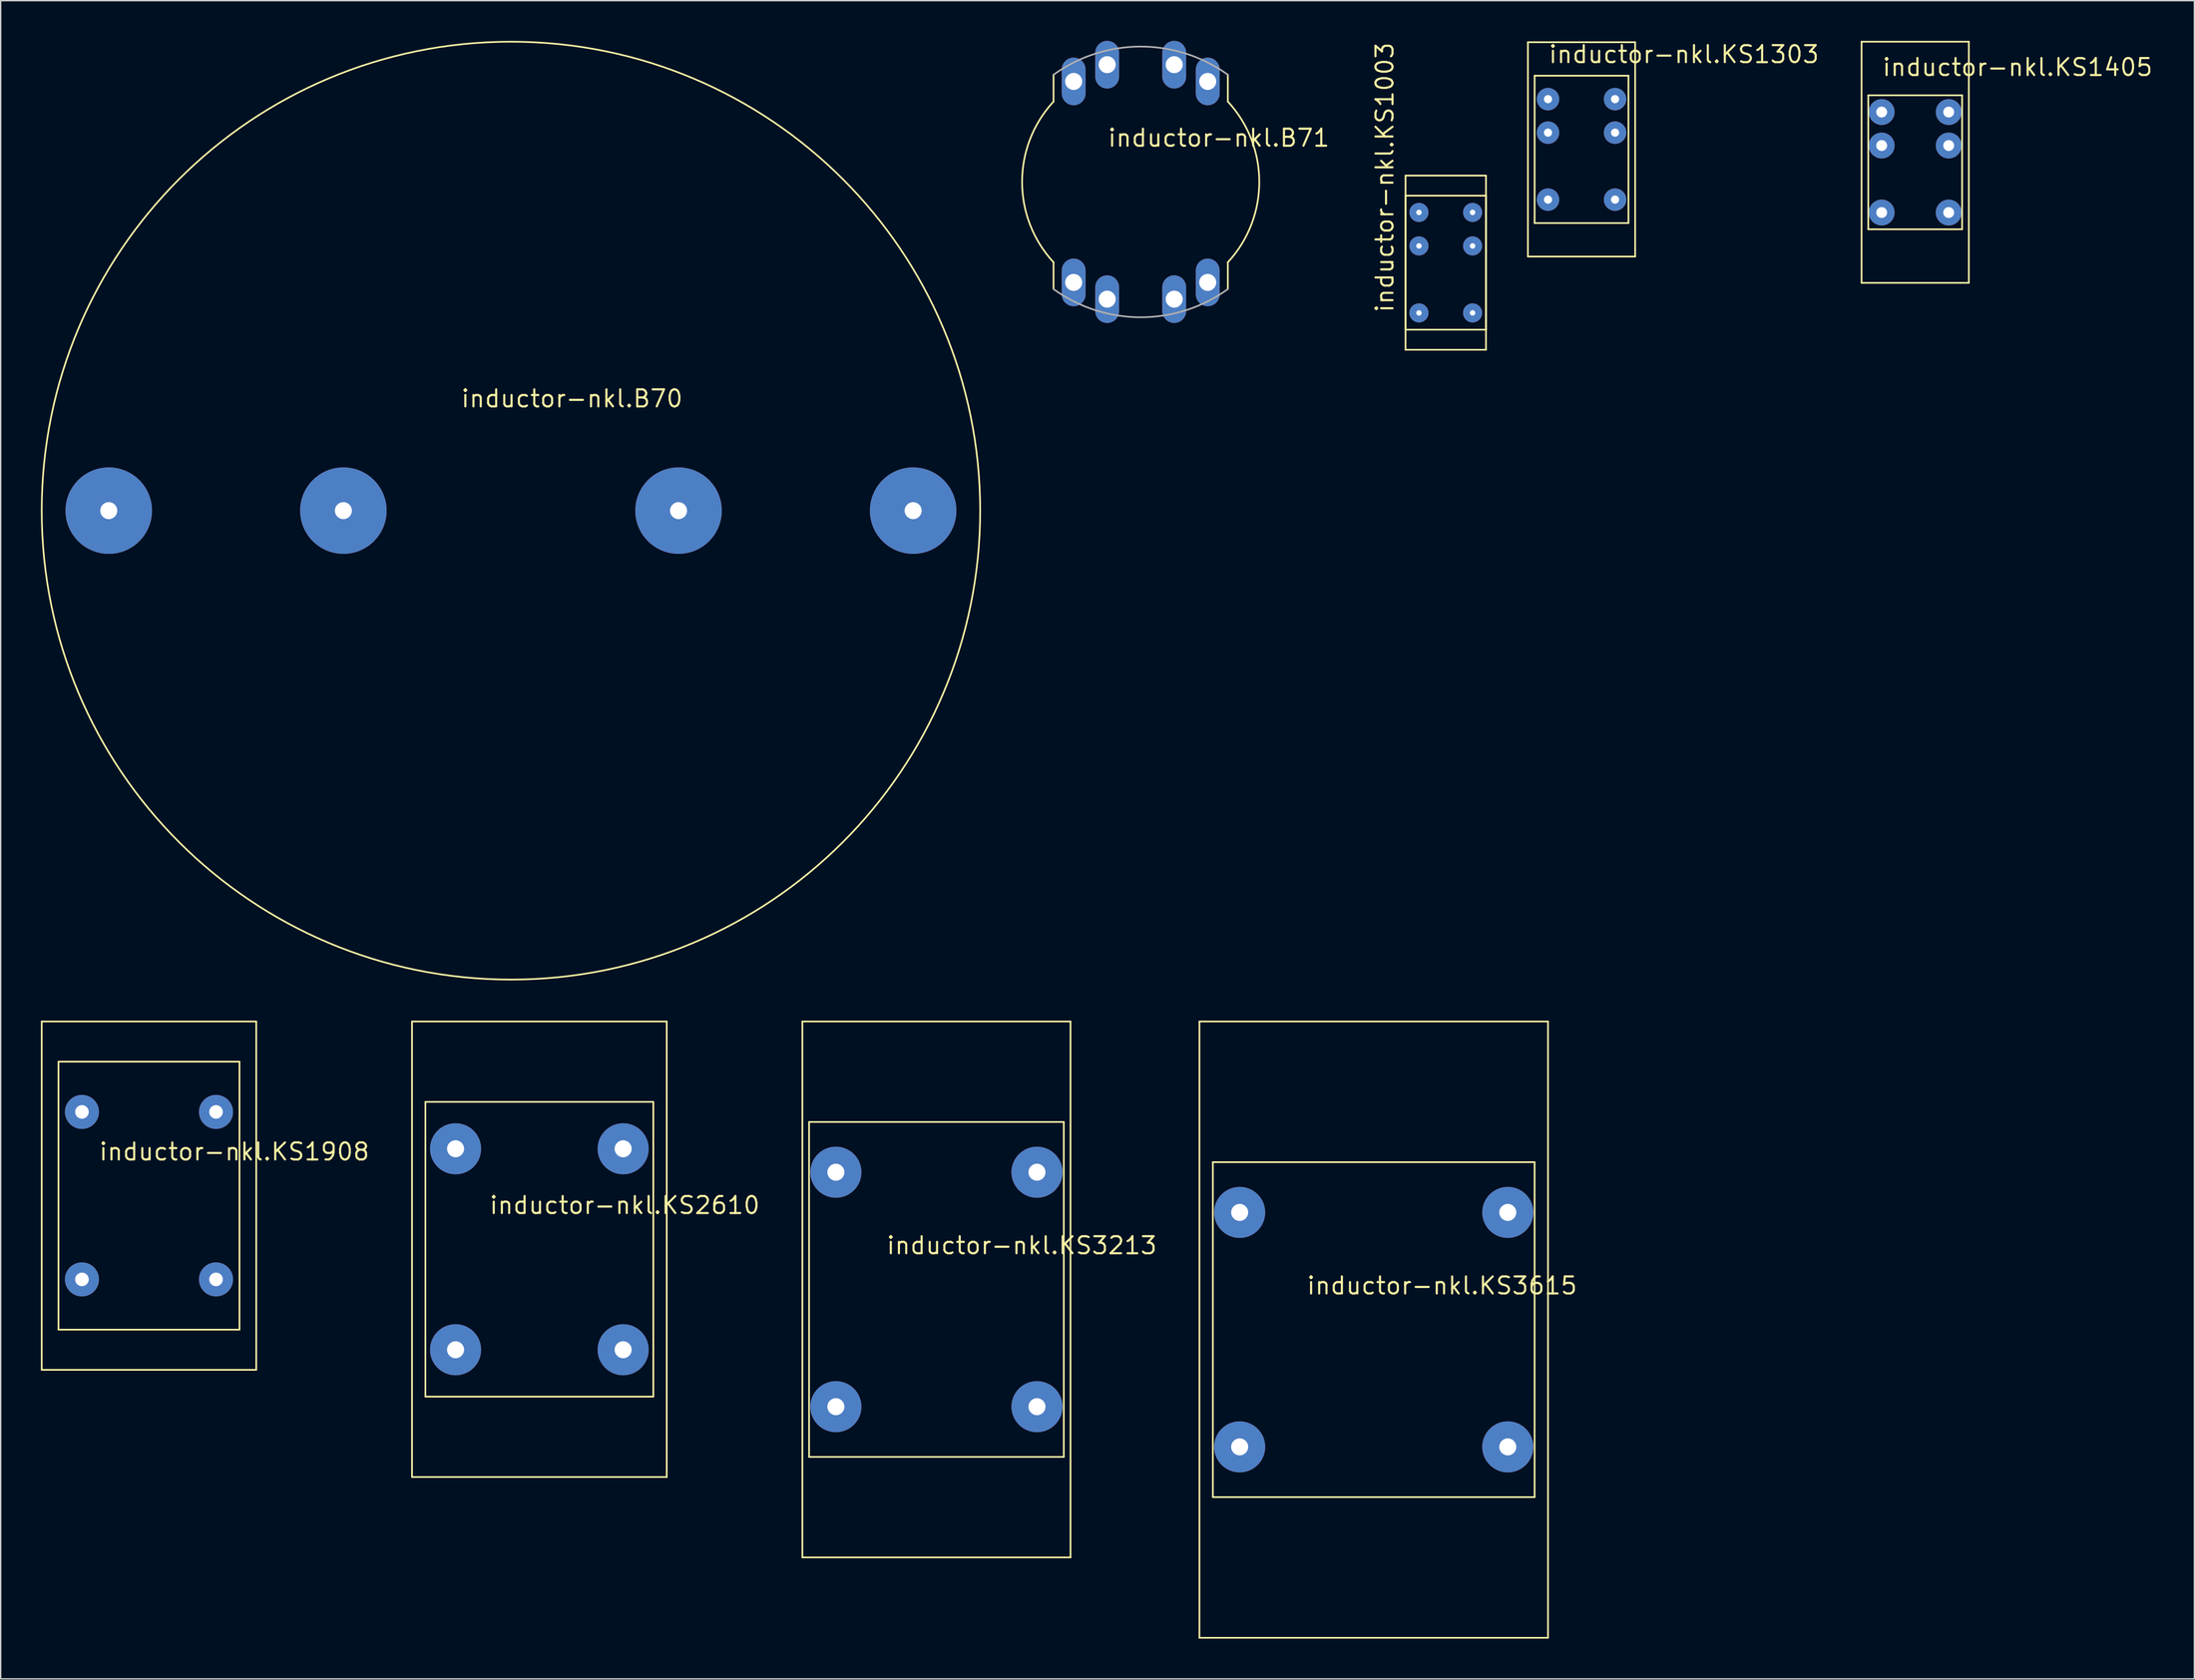
<source format=kicad_pcb>
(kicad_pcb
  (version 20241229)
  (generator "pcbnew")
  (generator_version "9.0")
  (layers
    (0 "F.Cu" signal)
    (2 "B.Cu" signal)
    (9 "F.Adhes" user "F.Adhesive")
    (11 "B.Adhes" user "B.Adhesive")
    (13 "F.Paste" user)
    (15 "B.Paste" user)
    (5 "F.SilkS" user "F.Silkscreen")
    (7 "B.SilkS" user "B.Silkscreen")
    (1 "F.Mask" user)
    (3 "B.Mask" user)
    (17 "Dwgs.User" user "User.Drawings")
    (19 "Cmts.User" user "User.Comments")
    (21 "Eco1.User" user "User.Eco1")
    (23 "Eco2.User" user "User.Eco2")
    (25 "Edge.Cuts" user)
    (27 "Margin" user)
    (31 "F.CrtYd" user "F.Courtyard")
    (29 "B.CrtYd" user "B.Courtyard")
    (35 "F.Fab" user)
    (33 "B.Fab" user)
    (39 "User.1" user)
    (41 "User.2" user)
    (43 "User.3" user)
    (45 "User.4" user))
  (footprint "inductor-nkl.B70"
    (layer "F.Cu")
    (at 35.063 35.063)
    (property "Reference" "inductor-nkl.B70" (at -3.81 -7.62 0) (layer "F.SilkS") (effects (font (size 1.27 1.27) (thickness 0.16)) (justify left bottom)))
    (attr through_hole)
    (fp_circle (center 0 0) (end 35 0) (stroke (width 0.127) (type default)) (fill no) (layer "F.SilkS"))
    (pad "1" thru_hole circle (at -12.5 0) (size 6.452 6.452) (drill 1.27) (layers "*.Cu" "*.Mask"))
    (pad "2" thru_hole circle (at -30 0) (size 6.452 6.452) (drill 1.27) (layers "*.Cu" "*.Mask"))
    (pad "3" thru_hole circle (at 12.5 0) (size 6.452 6.452) (drill 1.27) (layers "*.Cu" "*.Mask"))
    (pad "4" thru_hole circle (at 30 0) (size 6.452 6.452) (drill 1.27) (layers "*.Cu" "*.Mask")))
  (footprint "inductor-nkl.KS1908"
    (layer "F.Cu")
    (at 8.063 86.191)
    (property "Reference" "inductor-nkl.KS1908" (at -3.81 -2.54 0) (layer "F.SilkS") (effects (font (size 1.27 1.27) (thickness 0.16)) (justify left bottom)))
    (attr through_hole)
    (fp_line (start -8 -13) (end 8 -13) (stroke (width 0.127) (type default)) (layer "F.SilkS"))
    (fp_line (start -8 13) (end -8 -13) (stroke (width 0.127) (type default)) (layer "F.SilkS"))
    (fp_line (start -6.75 -10) (end 6.75 -10) (stroke (width 0.127) (type default)) (layer "F.SilkS"))
    (fp_line (start -6.75 10) (end -6.75 -10) (stroke (width 0.127) (type default)) (layer "F.SilkS"))
    (fp_line (start 6.75 -10) (end 6.75 10) (stroke (width 0.127) (type default)) (layer "F.SilkS"))
    (fp_line (start 6.75 10) (end -6.75 10) (stroke (width 0.127) (type default)) (layer "F.SilkS"))
    (fp_line (start 8 -13) (end 8 13) (stroke (width 0.127) (type default)) (layer "F.SilkS"))
    (fp_line (start 8 13) (end -8 13) (stroke (width 0.127) (type default)) (layer "F.SilkS"))
    (pad "1" thru_hole circle (at -5 6.25) (size 2.54 2.54) (drill 1.016) (layers "*.Cu" "*.Mask"))
    (pad "2" thru_hole circle (at 5 6.25) (size 2.54 2.54) (drill 1.016) (layers "*.Cu" "*.Mask"))
    (pad "3" thru_hole circle (at -5 -6.25) (size 2.54 2.54) (drill 1.016) (layers "*.Cu" "*.Mask"))
    (pad "4" thru_hole circle (at 5 -6.25) (size 2.54 2.54) (drill 1.016) (layers "*.Cu" "*.Mask")))
  (footprint "inductor-nkl.KS3213"
    (layer "F.Cu")
    (at 66.8 93.191)
    (property "Reference" "inductor-nkl.KS3213" (at -3.81 -2.54 0) (layer "F.SilkS") (effects (font (size 1.27 1.27) (thickness 0.16)) (justify left bottom)))
    (attr through_hole)
    (fp_line (start -10 -20) (end 10 -20) (stroke (width 0.127) (type default)) (layer "F.SilkS"))
    (fp_line (start -10 20) (end -10 -20) (stroke (width 0.127) (type default)) (layer "F.SilkS"))
    (fp_line (start -9.5 -12.5) (end 9.5 -12.5) (stroke (width 0.127) (type default)) (layer "F.SilkS"))
    (fp_line (start -9.5 12.5) (end -9.5 -12.5) (stroke (width 0.127) (type default)) (layer "F.SilkS"))
    (fp_line (start 9.5 -12.5) (end 9.5 12.5) (stroke (width 0.127) (type default)) (layer "F.SilkS"))
    (fp_line (start 9.5 12.5) (end -9.5 12.5) (stroke (width 0.127) (type default)) (layer "F.SilkS"))
    (fp_line (start 10 -20) (end 10 20) (stroke (width 0.127) (type default)) (layer "F.SilkS"))
    (fp_line (start 10 20) (end -10 20) (stroke (width 0.127) (type default)) (layer "F.SilkS"))
    (pad "1" thru_hole circle (at -7.5 8.75) (size 3.81 3.81) (drill 1.27) (layers "*.Cu" "*.Mask"))
    (pad "2" thru_hole circle (at 7.5 8.75) (size 3.81 3.81) (drill 1.27) (layers "*.Cu" "*.Mask"))
    (pad "3" thru_hole circle (at -7.5 -8.75) (size 3.81 3.81) (drill 1.27) (layers "*.Cu" "*.Mask"))
    (pad "4" thru_hole circle (at 7.5 -8.75) (size 3.81 3.81) (drill 1.27) (layers "*.Cu" "*.Mask")))
  (footprint "inductor-nkl.KS1303"
    (layer "F.Cu")
    (at 114.919 8.1)
    (property "Reference" "inductor-nkl.KS1303" (at -2.54 -6.35 0) (layer "F.SilkS") (effects (font (size 1.27 1.27) (thickness 0.16)) (justify left bottom)))
    (attr through_hole)
    (fp_line (start -4 -8) (end -4 8) (stroke (width 0.127) (type default)) (layer "F.SilkS"))
    (fp_line (start -4 8) (end 4 8) (stroke (width 0.127) (type default)) (layer "F.SilkS"))
    (fp_line (start -3.5 -5.5) (end -3.5 5.5) (stroke (width 0.127) (type default)) (layer "F.SilkS"))
    (fp_line (start -3.5 5.5) (end 3.5 5.5) (stroke (width 0.127) (type default)) (layer "F.SilkS"))
    (fp_line (start 3.5 -5.5) (end -3.5 -5.5) (stroke (width 0.127) (type default)) (layer "F.SilkS"))
    (fp_line (start 3.5 5.5) (end 3.5 -5.5) (stroke (width 0.127) (type default)) (layer "F.SilkS"))
    (fp_line (start 4 -8) (end -4 -8) (stroke (width 0.127) (type default)) (layer "F.SilkS"))
    (fp_line (start 4 8) (end 4 -8) (stroke (width 0.127) (type default)) (layer "F.SilkS"))
    (pad "1" thru_hole circle (at -2.5 3.75) (size 1.676 1.676) (drill 0.61) (layers "*.Cu" "*.Mask"))
    (pad "2" thru_hole circle (at 2.5 3.75) (size 1.676 1.676) (drill 0.61) (layers "*.Cu" "*.Mask"))
    (pad "3" thru_hole circle (at -2.5 -3.75) (size 1.676 1.676) (drill 0.61) (layers "*.Cu" "*.Mask"))
    (pad "4" thru_hole circle (at 2.5 -3.75) (size 1.676 1.676) (drill 0.61) (layers "*.Cu" "*.Mask"))
    (pad "5" thru_hole circle (at -2.5 -1.25) (size 1.676 1.676) (drill 0.61) (layers "*.Cu" "*.Mask"))
    (pad "6" thru_hole circle (at 2.5 -1.25) (size 1.676 1.676) (drill 0.61) (layers "*.Cu" "*.Mask")))
  (footprint "inductor-nkl.KS1405"
    (layer "F.Cu")
    (at 139.807 9.063)
    (property "Reference" "inductor-nkl.KS1405" (at -2.54 -6.35 0) (layer "F.SilkS") (effects (font (size 1.27 1.27) (thickness 0.16)) (justify left bottom)))
    (attr through_hole)
    (fp_line (start -4 -9) (end 4 -9) (stroke (width 0.127) (type default)) (layer "F.SilkS"))
    (fp_line (start -4 9) (end -4 -9) (stroke (width 0.127) (type default)) (layer "F.SilkS"))
    (fp_line (start -3.5 -5) (end 3.5 -5) (stroke (width 0.127) (type default)) (layer "F.SilkS"))
    (fp_line (start -3.5 5) (end -3.5 -5) (stroke (width 0.127) (type default)) (layer "F.SilkS"))
    (fp_line (start 3.5 -5) (end 3.5 5) (stroke (width 0.127) (type default)) (layer "F.SilkS"))
    (fp_line (start 3.5 5) (end -3.5 5) (stroke (width 0.127) (type default)) (layer "F.SilkS"))
    (fp_line (start 4 -9) (end 4 9) (stroke (width 0.127) (type default)) (layer "F.SilkS"))
    (fp_line (start 4 9) (end -4 9) (stroke (width 0.127) (type default)) (layer "F.SilkS"))
    (pad "1" thru_hole circle (at -2.5 3.75) (size 1.93 1.93) (drill 0.813) (layers "*.Cu" "*.Mask"))
    (pad "2" thru_hole circle (at 2.5 3.75) (size 1.93 1.93) (drill 0.813) (layers "*.Cu" "*.Mask"))
    (pad "3" thru_hole circle (at -2.5 -3.75) (size 1.93 1.93) (drill 0.813) (layers "*.Cu" "*.Mask"))
    (pad "4" thru_hole circle (at 2.5 -3.75) (size 1.93 1.93) (drill 0.813) (layers "*.Cu" "*.Mask"))
    (pad "5" thru_hole circle (at -2.5 -1.25) (size 1.93 1.93) (drill 0.813) (layers "*.Cu" "*.Mask"))
    (pad "6" thru_hole circle (at 2.5 -1.25) (size 1.93 1.93) (drill 0.813) (layers "*.Cu" "*.Mask")))
  (footprint "inductor-nkl.KS1003"
    (layer "F.Cu")
    (at 104.792 16.555)
    (property "Reference" "inductor-nkl.KS1003" (at -3.81 3.81 90) (layer "F.SilkS") (effects (font (size 1.27 1.27) (thickness 0.16)) (justify left bottom)))
    (attr through_hole)
    (fp_line (start -3 -6.5) (end -3 5) (stroke (width 0.127) (type default)) (layer "F.SilkS"))
    (fp_line (start -3 -5) (end -3 5) (stroke (width 0.127) (type default)) (layer "F.SilkS"))
    (fp_line (start -3 5) (end -3 6.5) (stroke (width 0.127) (type default)) (layer "F.SilkS"))
    (fp_line (start -3 5) (end 3 5) (stroke (width 0.127) (type default)) (layer "F.SilkS"))
    (fp_line (start -3 6.5) (end 3 6.5) (stroke (width 0.127) (type default)) (layer "F.SilkS"))
    (fp_line (start 3 -6.5) (end -3 -6.5) (stroke (width 0.127) (type default)) (layer "F.SilkS"))
    (fp_line (start 3 -5) (end -3 -5) (stroke (width 0.127) (type default)) (layer "F.SilkS"))
    (fp_line (start 3 5) (end 3 -6.5) (stroke (width 0.127) (type default)) (layer "F.SilkS"))
    (fp_line (start 3 5) (end 3 -5) (stroke (width 0.127) (type default)) (layer "F.SilkS"))
    (fp_line (start 3 6.5) (end 3 5) (stroke (width 0.127) (type default)) (layer "F.SilkS"))
    (pad "1" thru_hole circle (at -2 3.75) (size 1.422 1.422) (drill 0.406) (layers "*.Cu" "*.Mask"))
    (pad "2" thru_hole circle (at 2 3.75) (size 1.422 1.422) (drill 0.406) (layers "*.Cu" "*.Mask"))
    (pad "3" thru_hole circle (at -2 -3.75) (size 1.422 1.422) (drill 0.406) (layers "*.Cu" "*.Mask"))
    (pad "4" thru_hole circle (at 2 -3.75) (size 1.422 1.422) (drill 0.406) (layers "*.Cu" "*.Mask"))
    (pad "5" thru_hole circle (at -2 -1.25) (size 1.422 1.422) (drill 0.406) (layers "*.Cu" "*.Mask"))
    (pad "6" thru_hole circle (at 2 -1.25) (size 1.422 1.422) (drill 0.406) (layers "*.Cu" "*.Mask")))
  (footprint "inductor-nkl.KS3615"
    (layer "F.Cu")
    (at 99.418 96.191)
    (property "Reference" "inductor-nkl.KS3615" (at -5.08 -2.54 0) (layer "F.SilkS") (effects (font (size 1.27 1.27) (thickness 0.16)) (justify left bottom)))
    (attr through_hole)
    (fp_line (start -13 -23) (end 13 -23) (stroke (width 0.127) (type default)) (layer "F.SilkS"))
    (fp_line (start -13 23) (end -13 -23) (stroke (width 0.127) (type default)) (layer "F.SilkS"))
    (fp_line (start -12 -12.5) (end 12 -12.5) (stroke (width 0.127) (type default)) (layer "F.SilkS"))
    (fp_line (start -12 12.5) (end -12 -12.5) (stroke (width 0.127) (type default)) (layer "F.SilkS"))
    (fp_line (start 12 -12.5) (end 12 12.5) (stroke (width 0.127) (type default)) (layer "F.SilkS"))
    (fp_line (start 12 12.5) (end -12 12.5) (stroke (width 0.127) (type default)) (layer "F.SilkS"))
    (fp_line (start 13 -23) (end 13 23) (stroke (width 0.127) (type default)) (layer "F.SilkS"))
    (fp_line (start 13 23) (end -13 23) (stroke (width 0.127) (type default)) (layer "F.SilkS"))
    (pad "1" thru_hole circle (at -10 8.75) (size 3.81 3.81) (drill 1.27) (layers "*.Cu" "*.Mask"))
    (pad "2" thru_hole circle (at 10 8.75) (size 3.81 3.81) (drill 1.27) (layers "*.Cu" "*.Mask"))
    (pad "3" thru_hole circle (at -10 -8.75) (size 3.81 3.81) (drill 1.27) (layers "*.Cu" "*.Mask"))
    (pad "4" thru_hole circle (at 10 -8.75) (size 3.81 3.81) (drill 1.27) (layers "*.Cu" "*.Mask")))
  (footprint "inductor-nkl.B71"
    (layer "F.Cu")
    (at 82.036 10.528)
    (property "Reference" "inductor-nkl.B71" (at -2.54 -2.54 0) (layer "F.SilkS") (effects (font (size 1.27 1.27) (thickness 0.16)) (justify left bottom)))
    (attr through_hole)
    (fp_line (start -6.5 -6) (end -6.5 -8) (stroke (width 0.127) (type default)) (layer "F.SilkS"))
    (fp_line (start -6.5 8) (end -6.5 6) (stroke (width 0.127) (type default)) (layer "F.SilkS"))
    (fp_line (start 6.5 -6) (end 6.5 -8) (stroke (width 0.127) (type default)) (layer "F.SilkS"))
    (fp_line (start 6.5 6) (end 6.5 8) (stroke (width 0.127) (type default)) (layer "F.SilkS"))
    (fp_arc (start -6.5 6) (mid -8.845903 0) (end -6.5 -6) (stroke (width 0.127) (type default)) (layer "F.SilkS"))
    (fp_arc (start 6.5 -6) (mid 8.845903 0) (end 6.5 6) (stroke (width 0.127) (type default)) (layer "F.SilkS"))
    (fp_arc (start -6.5 -8) (mid 0 -10.101802) (end 6.5 -8) (stroke (width 0.127) (type default)) (layer "F.Fab"))
    (fp_arc (start 6.5 8) (mid 0 10.101802) (end -6.5 8) (stroke (width 0.127) (type default)) (layer "F.Fab"))
    (pad "1" thru_hole oval (at -5 -7.5 90) (size 3.556 1.778) (drill 1.27) (layers "*.Cu" "*.Mask"))
    (pad "2" thru_hole oval (at -5 7.5 90) (size 3.556 1.778) (drill 1.27) (layers "*.Cu" "*.Mask"))
    (pad "3" thru_hole oval (at 5 -7.5 90) (size 3.556 1.778) (drill 1.27) (layers "*.Cu" "*.Mask"))
    (pad "4" thru_hole oval (at 5 7.5 90) (size 3.556 1.778) (drill 1.27) (layers "*.Cu" "*.Mask"))
    (pad "5" thru_hole oval (at -2.5 -8.75 90) (size 3.556 1.778) (drill 1.27) (layers "*.Cu" "*.Mask"))
    (pad "6" thru_hole oval (at -2.5 8.75 90) (size 3.556 1.778) (drill 1.27) (layers "*.Cu" "*.Mask"))
    (pad "7" thru_hole oval (at 2.5 -8.75 90) (size 3.556 1.778) (drill 1.27) (layers "*.Cu" "*.Mask"))
    (pad "8" thru_hole oval (at 2.5 8.75 90) (size 3.556 1.778) (drill 1.27) (layers "*.Cu" "*.Mask")))
  (footprint "inductor-nkl.KS2610"
    (layer "F.Cu")
    (at 37.182 90.191)
    (property "Reference" "inductor-nkl.KS2610" (at -3.81 -2.54 0) (layer "F.SilkS") (effects (font (size 1.27 1.27) (thickness 0.16)) (justify left bottom)))
    (attr through_hole)
    (fp_line (start -9.5 -17) (end 9.5 -17) (stroke (width 0.127) (type default)) (layer "F.SilkS"))
    (fp_line (start -9.5 17) (end -9.5 -17) (stroke (width 0.127) (type default)) (layer "F.SilkS"))
    (fp_line (start -8.5 -11) (end 8.5 -11) (stroke (width 0.127) (type default)) (layer "F.SilkS"))
    (fp_line (start -8.5 11) (end -8.5 -11) (stroke (width 0.127) (type default)) (layer "F.SilkS"))
    (fp_line (start 8.5 -11) (end 8.5 11) (stroke (width 0.127) (type default)) (layer "F.SilkS"))
    (fp_line (start 8.5 11) (end -8.5 11) (stroke (width 0.127) (type default)) (layer "F.SilkS"))
    (fp_line (start 9.5 -17) (end 9.5 17) (stroke (width 0.127) (type default)) (layer "F.SilkS"))
    (fp_line (start 9.5 17) (end -9.5 17) (stroke (width 0.127) (type default)) (layer "F.SilkS"))
    (pad "1" thru_hole circle (at -6.25 7.5) (size 3.81 3.81) (drill 1.27) (layers "*.Cu" "*.Mask"))
    (pad "2" thru_hole circle (at 6.25 7.5) (size 3.81 3.81) (drill 1.27) (layers "*.Cu" "*.Mask"))
    (pad "3" thru_hole circle (at -6.25 -7.5) (size 3.81 3.81) (drill 1.27) (layers "*.Cu" "*.Mask"))
    (pad "4" thru_hole circle (at 6.25 -7.5) (size 3.81 3.81) (drill 1.27) (layers "*.Cu" "*.Mask")))
  (gr_rect
    (start -3 -3)
    (end 160.632 122.254)
    (stroke (width 0.1) (type default))
    (fill no)
    (layer "Edge.Cuts")))
</source>
